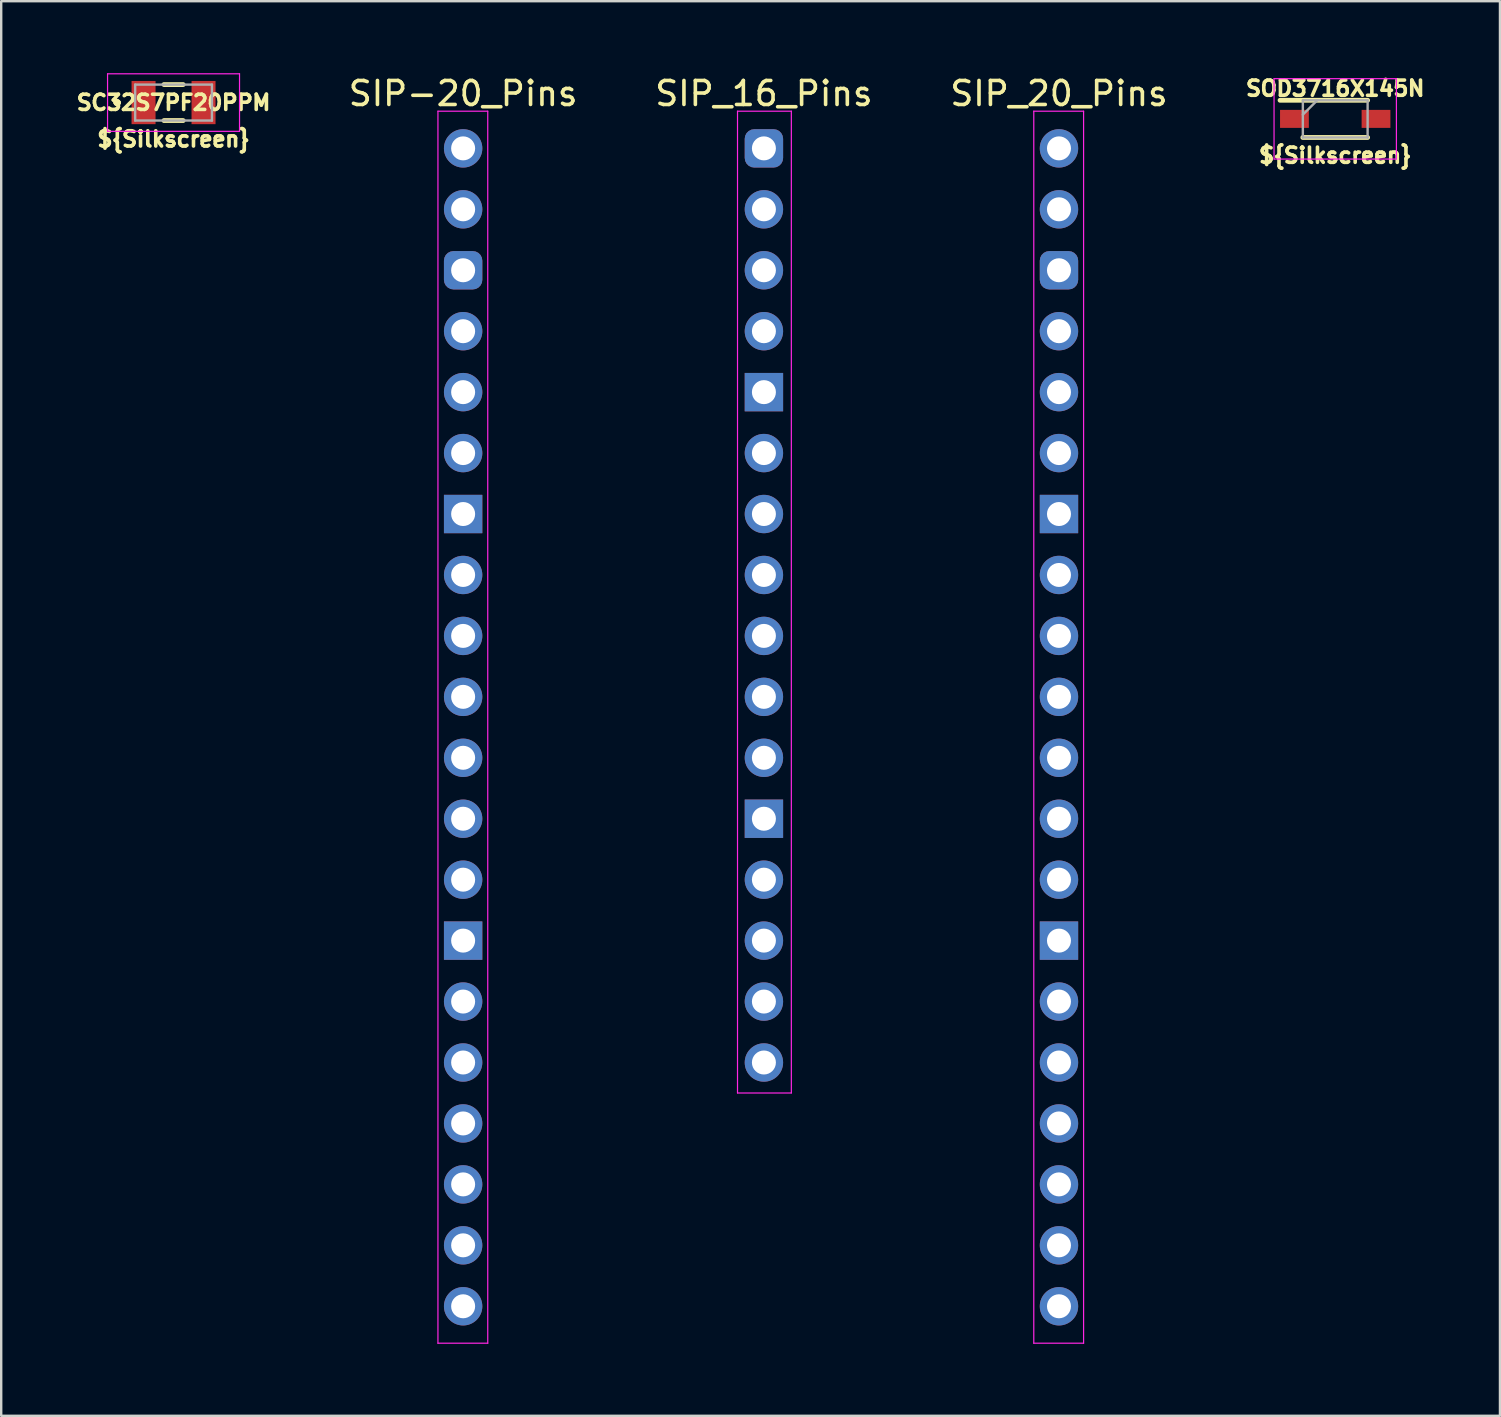
<source format=kicad_pcb>
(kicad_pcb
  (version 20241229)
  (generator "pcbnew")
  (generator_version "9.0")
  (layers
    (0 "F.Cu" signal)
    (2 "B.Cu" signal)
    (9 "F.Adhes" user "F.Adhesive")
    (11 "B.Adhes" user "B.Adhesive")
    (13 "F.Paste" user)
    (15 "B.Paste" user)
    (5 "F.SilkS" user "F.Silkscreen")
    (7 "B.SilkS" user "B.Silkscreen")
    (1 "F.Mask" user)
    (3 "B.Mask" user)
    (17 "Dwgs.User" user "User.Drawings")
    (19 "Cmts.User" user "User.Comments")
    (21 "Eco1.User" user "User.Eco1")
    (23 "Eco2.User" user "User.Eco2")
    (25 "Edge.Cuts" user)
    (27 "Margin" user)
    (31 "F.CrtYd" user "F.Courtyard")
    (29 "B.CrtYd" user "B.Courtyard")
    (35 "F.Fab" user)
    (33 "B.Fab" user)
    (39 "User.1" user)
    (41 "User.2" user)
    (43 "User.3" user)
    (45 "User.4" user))
  (footprint "SIP-20_Pins"
    (layer "F.Cu")
    (at 16.253 3.134)
    (property "Reference" "SIP-20_Pins" (at 0 -2.286 0) (layer "F.SilkS") (effects (font (size 1 1) (thickness 0.15))))
    (attr through_hole)
    (fp_line (start -1.05 -1.55) (end -1.05 49.8) (stroke (width 0.05) (type solid)) (layer "F.CrtYd"))
    (fp_line (start -1.05 49.8) (end 1.026 49.8) (stroke (width 0.05) (type solid)) (layer "F.CrtYd"))
    (fp_line (start 1.026 -1.55) (end -1.05 -1.55) (stroke (width 0.05) (type solid)) (layer "F.CrtYd"))
    (fp_line (start 1.026 49.8) (end 1.026 -1.55) (stroke (width 0.05) (type solid)) (layer "F.CrtYd"))
    (pad "1" thru_hole circle (at 0 0) (size 1.6 1.6) (drill 1) (layers "*.Cu" "*.Mask"))
    (pad "2" thru_hole oval (at 0 2.54) (size 1.6 1.6) (drill 1) (layers "*.Cu" "*.Mask"))
    (pad "3" thru_hole roundrect (at 0 5.08) (size 1.6 1.6) (drill 1) (layers "*.Cu" "*.Mask") (roundrect_rratio 0.25))
    (pad "4" thru_hole oval (at 0 7.62) (size 1.6 1.6) (drill 1) (layers "*.Cu" "*.Mask"))
    (pad "5" thru_hole oval (at 0 10.16) (size 1.6 1.6) (drill 1) (layers "*.Cu" "*.Mask"))
    (pad "6" thru_hole oval (at 0 12.7) (size 1.6 1.6) (drill 1) (layers "*.Cu" "*.Mask"))
    (pad "7" thru_hole rect (at 0 15.24) (size 1.6 1.6) (drill 1) (layers "*.Cu" "*.Mask"))
    (pad "8" thru_hole oval (at 0 17.78) (size 1.6 1.6) (drill 1) (layers "*.Cu" "*.Mask"))
    (pad "9" thru_hole oval (at 0 20.32) (size 1.6 1.6) (drill 1) (layers "*.Cu" "*.Mask"))
    (pad "10" thru_hole oval (at 0 22.86) (size 1.6 1.6) (drill 1) (layers "*.Cu" "*.Mask"))
    (pad "11" thru_hole oval (at 0 25.4) (size 1.6 1.6) (drill 1) (layers "*.Cu" "*.Mask"))
    (pad "12" thru_hole oval (at 0 27.94) (size 1.6 1.6) (drill 1) (layers "*.Cu" "*.Mask"))
    (pad "13" thru_hole oval (at 0 30.48) (size 1.6 1.6) (drill 1) (layers "*.Cu" "*.Mask"))
    (pad "14" thru_hole rect (at 0 33.02) (size 1.6 1.6) (drill 1) (layers "*.Cu" "*.Mask"))
    (pad "15" thru_hole oval (at 0 35.56) (size 1.6 1.6) (drill 1) (layers "*.Cu" "*.Mask"))
    (pad "16" thru_hole oval (at 0 38.1) (size 1.6 1.6) (drill 1) (layers "*.Cu" "*.Mask"))
    (pad "17" thru_hole oval (at 0 40.64) (size 1.6 1.6) (drill 1) (layers "*.Cu" "*.Mask"))
    (pad "18" thru_hole oval (at 0 43.18) (size 1.6 1.6) (drill 1) (layers "*.Cu" "*.Mask"))
    (pad "19" thru_hole oval (at 0 45.72) (size 1.6 1.6) (drill 1) (layers "*.Cu" "*.Mask"))
    (pad "20" thru_hole oval (at 0 48.26) (size 1.6 1.6) (drill 1) (layers "*.Cu" "*.Mask")))
  (footprint "SIP_20_Pins"
    (layer "F.Cu")
    (at 41.087 3.134)
    (property "Reference" "SIP_20_Pins" (at 0 -2.286 0) (layer "F.SilkS") (effects (font (size 1 1) (thickness 0.15))))
    (attr through_hole)
    (fp_line (start -1.05 -1.55) (end -1.05 49.8) (stroke (width 0.05) (type solid)) (layer "F.CrtYd"))
    (fp_line (start -1.05 49.8) (end 1.026 49.8) (stroke (width 0.05) (type solid)) (layer "F.CrtYd"))
    (fp_line (start 1.026 -1.55) (end -1.05 -1.55) (stroke (width 0.05) (type solid)) (layer "F.CrtYd"))
    (fp_line (start 1.026 49.8) (end 1.026 -1.55) (stroke (width 0.05) (type solid)) (layer "F.CrtYd"))
    (pad "1" thru_hole circle (at 0 0) (size 1.6 1.6) (drill 1) (layers "*.Cu" "*.Mask"))
    (pad "2" thru_hole oval (at 0 2.54) (size 1.6 1.6) (drill 1) (layers "*.Cu" "*.Mask"))
    (pad "3" thru_hole roundrect (at 0 5.08) (size 1.6 1.6) (drill 1) (layers "*.Cu" "*.Mask") (roundrect_rratio 0.25))
    (pad "4" thru_hole oval (at 0 7.62) (size 1.6 1.6) (drill 1) (layers "*.Cu" "*.Mask"))
    (pad "5" thru_hole oval (at 0 10.16) (size 1.6 1.6) (drill 1) (layers "*.Cu" "*.Mask"))
    (pad "6" thru_hole oval (at 0 12.7) (size 1.6 1.6) (drill 1) (layers "*.Cu" "*.Mask"))
    (pad "7" thru_hole rect (at 0 15.24) (size 1.6 1.6) (drill 1) (layers "*.Cu" "*.Mask"))
    (pad "8" thru_hole oval (at 0 17.78) (size 1.6 1.6) (drill 1) (layers "*.Cu" "*.Mask"))
    (pad "9" thru_hole oval (at 0 20.32) (size 1.6 1.6) (drill 1) (layers "*.Cu" "*.Mask"))
    (pad "10" thru_hole oval (at 0 22.86) (size 1.6 1.6) (drill 1) (layers "*.Cu" "*.Mask"))
    (pad "11" thru_hole oval (at 0 25.4) (size 1.6 1.6) (drill 1) (layers "*.Cu" "*.Mask"))
    (pad "12" thru_hole oval (at 0 27.94) (size 1.6 1.6) (drill 1) (layers "*.Cu" "*.Mask"))
    (pad "13" thru_hole oval (at 0 30.48) (size 1.6 1.6) (drill 1) (layers "*.Cu" "*.Mask"))
    (pad "14" thru_hole rect (at 0 33.02) (size 1.6 1.6) (drill 1) (layers "*.Cu" "*.Mask"))
    (pad "15" thru_hole oval (at 0 35.56) (size 1.6 1.6) (drill 1) (layers "*.Cu" "*.Mask"))
    (pad "16" thru_hole oval (at 0 38.1) (size 1.6 1.6) (drill 1) (layers "*.Cu" "*.Mask"))
    (pad "17" thru_hole oval (at 0 40.64) (size 1.6 1.6) (drill 1) (layers "*.Cu" "*.Mask"))
    (pad "18" thru_hole oval (at 0 43.18) (size 1.6 1.6) (drill 1) (layers "*.Cu" "*.Mask"))
    (pad "19" thru_hole oval (at 0 45.72) (size 1.6 1.6) (drill 1) (layers "*.Cu" "*.Mask"))
    (pad "20" thru_hole oval (at 0 48.26) (size 1.6 1.6) (drill 1) (layers "*.Cu" "*.Mask")))
  (footprint "SOD3716X145N"
    (layer "F.Cu")
    (at 52.601 1.905)
    (property "Reference" "SOD3716X145N" (at 0 -1.27 0) (layer "F.SilkS") (effects (font (size 0.635 0.635) (thickness 0.15))))
    (attr smd)
    (fp_line (start -2.3 -0.775) (end 1.35 -0.775) (stroke (width 0.2) (type solid)) (layer "F.SilkS"))
    (fp_line (start -1.35 0.775) (end 1.35 0.775) (stroke (width 0.2) (type solid)) (layer "F.SilkS"))
    (fp_line (start -2.55 -1.675) (end 2.55 -1.675) (stroke (width 0.05) (type solid)) (layer "F.CrtYd"))
    (fp_line (start -2.55 1.675) (end -2.55 -1.675) (stroke (width 0.05) (type solid)) (layer "F.CrtYd"))
    (fp_line (start 2.55 -1.675) (end 2.55 1.675) (stroke (width 0.05) (type solid)) (layer "F.CrtYd"))
    (fp_line (start 2.55 1.675) (end -2.55 1.675) (stroke (width 0.05) (type solid)) (layer "F.CrtYd"))
    (fp_line (start -1.35 -0.775) (end 1.35 -0.775) (stroke (width 0.1) (type solid)) (layer "F.Fab"))
    (fp_line (start -1.35 -0.175) (end -0.75 -0.775) (stroke (width 0.1) (type solid)) (layer "F.Fab"))
    (fp_line (start -1.35 0.775) (end -1.35 -0.775) (stroke (width 0.1) (type solid)) (layer "F.Fab"))
    (fp_line (start 1.35 -0.775) (end 1.35 0.775) (stroke (width 0.1) (type solid)) (layer "F.Fab"))
    (fp_line (start 1.35 0.775) (end -1.35 0.775) (stroke (width 0.1) (type solid)) (layer "F.Fab"))
    (fp_text user "${Silkscreen}" (at 0 1.524 0) (layer "F.SilkS") (effects (font (size 0.635 0.635) (thickness 0.15))))
    (pad "1" smd rect (at -1.7 0 90) (size 0.75 1.2) (layers "F.Cu" "F.Mask" "F.Paste"))
    (pad "2" smd rect (at 1.7 0 90) (size 0.75 1.2) (layers "F.Cu" "F.Mask" "F.Paste")))
  (footprint "SIP_16_Pins"
    (layer "F.Cu")
    (at 28.789 3.134)
    (property "Reference" "SIP_16_Pins" (at 0 -2.286 0) (layer "F.SilkS") (effects (font (size 1 1) (thickness 0.15))))
    (attr through_hole)
    (fp_line (start -1.1 -1.55) (end -1.1 39.37) (stroke (width 0.05) (type solid)) (layer "F.CrtYd"))
    (fp_line (start -1.1 39.37) (end 1.143 39.37) (stroke (width 0.05) (type solid)) (layer "F.CrtYd"))
    (fp_line (start 1.143 -1.55) (end -1.1 -1.55) (stroke (width 0.05) (type solid)) (layer "F.CrtYd"))
    (fp_line (start 1.143 39.37) (end 1.143 -1.55) (stroke (width 0.05) (type solid)) (layer "F.CrtYd"))
    (pad "1" thru_hole roundrect (at 0 0) (size 1.6 1.6) (drill 1) (layers "*.Cu" "*.Mask") (roundrect_rratio 0.25))
    (pad "2" thru_hole oval (at 0 2.54) (size 1.6 1.6) (drill 1) (layers "*.Cu" "*.Mask"))
    (pad "3" thru_hole oval (at 0 5.08) (size 1.6 1.6) (drill 1) (layers "*.Cu" "*.Mask"))
    (pad "4" thru_hole oval (at 0 7.62) (size 1.6 1.6) (drill 1) (layers "*.Cu" "*.Mask"))
    (pad "5" thru_hole rect (at 0 10.16) (size 1.6 1.6) (drill 1) (layers "*.Cu" "*.Mask"))
    (pad "6" thru_hole oval (at 0 12.7) (size 1.6 1.6) (drill 1) (layers "*.Cu" "*.Mask"))
    (pad "7" thru_hole oval (at 0 15.24) (size 1.6 1.6) (drill 1) (layers "*.Cu" "*.Mask"))
    (pad "8" thru_hole oval (at 0 17.78) (size 1.6 1.6) (drill 1) (layers "*.Cu" "*.Mask"))
    (pad "9" thru_hole oval (at 0 20.32) (size 1.6 1.6) (drill 1) (layers "*.Cu" "*.Mask"))
    (pad "10" thru_hole oval (at 0 22.86) (size 1.6 1.6) (drill 1) (layers "*.Cu" "*.Mask"))
    (pad "11" thru_hole oval (at 0 25.4) (size 1.6 1.6) (drill 1) (layers "*.Cu" "*.Mask"))
    (pad "12" thru_hole rect (at 0 27.94) (size 1.6 1.6) (drill 1) (layers "*.Cu" "*.Mask"))
    (pad "13" thru_hole oval (at 0 30.48) (size 1.6 1.6) (drill 1) (layers "*.Cu" "*.Mask"))
    (pad "14" thru_hole oval (at 0 33.02) (size 1.6 1.6) (drill 1) (layers "*.Cu" "*.Mask"))
    (pad "15" thru_hole oval (at 0 35.56) (size 1.6 1.6) (drill 1) (layers "*.Cu" "*.Mask"))
    (pad "16" thru_hole oval (at 0 38.1) (size 1.6 1.6) (drill 1) (layers "*.Cu" "*.Mask")))
  (footprint "SC32S7PF20PPM"
    (layer "F.Cu")
    (at 4.183 1.225)
    (property "Reference" "SC32S7PF20PPM" (at 0 0 0) (layer "F.SilkS") (effects (font (size 0.635 0.635) (thickness 0.15))))
    (property "Silkscreen" "${Silkscreen}" (at 0 1.524 0) (layer "F.SilkS") (effects (font (size 0.635 0.635) (thickness 0.15))))
    (attr smd)
    (fp_line (start -2.4 0) (end -2.4 0) (stroke (width 0.2) (type solid)) (layer "F.SilkS"))
    (fp_line (start -2.4 0) (end -2.4 0) (stroke (width 0.2) (type solid)) (layer "F.SilkS"))
    (fp_line (start -2.3 0) (end -2.3 0) (stroke (width 0.2) (type solid)) (layer "F.SilkS"))
    (fp_line (start -0.4 -0.75) (end 0.4 -0.75) (stroke (width 0.2) (type solid)) (layer "F.SilkS"))
    (fp_line (start -0.4 0.75) (end 0.4 0.75) (stroke (width 0.2) (type solid)) (layer "F.SilkS"))
    (fp_arc (start -2.4 0) (mid -2.35 -0.05) (end -2.3 0) (stroke (width 0.2) (type solid)) (layer "F.SilkS"))
    (fp_arc (start -2.3 0) (mid -2.35 0.05) (end -2.4 0) (stroke (width 0.2) (type solid)) (layer "F.SilkS"))
    (fp_arc (start -2.3 0) (mid -2.35 0.05) (end -2.4 0) (stroke (width 0.2) (type solid)) (layer "F.SilkS"))
    (fp_line (start -2.75 -1.2) (end 2.75 -1.2) (stroke (width 0.05) (type solid)) (layer "F.CrtYd"))
    (fp_line (start -2.75 1.2) (end -2.75 -1.2) (stroke (width 0.05) (type solid)) (layer "F.CrtYd"))
    (fp_line (start 2.75 -1.2) (end 2.75 1.2) (stroke (width 0.05) (type solid)) (layer "F.CrtYd"))
    (fp_line (start 2.75 1.2) (end -2.75 1.2) (stroke (width 0.05) (type solid)) (layer "F.CrtYd"))
    (fp_line (start -1.6 -0.75) (end 1.6 -0.75) (stroke (width 0.1) (type solid)) (layer "F.Fab"))
    (fp_line (start -1.6 0.75) (end -1.6 -0.75) (stroke (width 0.1) (type solid)) (layer "F.Fab"))
    (fp_line (start 1.6 -0.75) (end 1.6 0.75) (stroke (width 0.1) (type solid)) (layer "F.Fab"))
    (fp_line (start 1.6 0.75) (end -1.6 0.75) (stroke (width 0.1) (type solid)) (layer "F.Fab"))
    (pad "1" smd rect (at -1.25 0) (size 1 1.8) (layers "F.Cu" "F.Mask" "F.Paste"))
    (pad "2" smd rect (at 1.25 0) (size 1 1.8) (layers "F.Cu" "F.Mask" "F.Paste")))
  (gr_rect
    (start -3 -3)
    (end 59.467 55.959)
    (stroke (width 0.1) (type default))
    (fill no)
    (layer "Edge.Cuts")))
</source>
